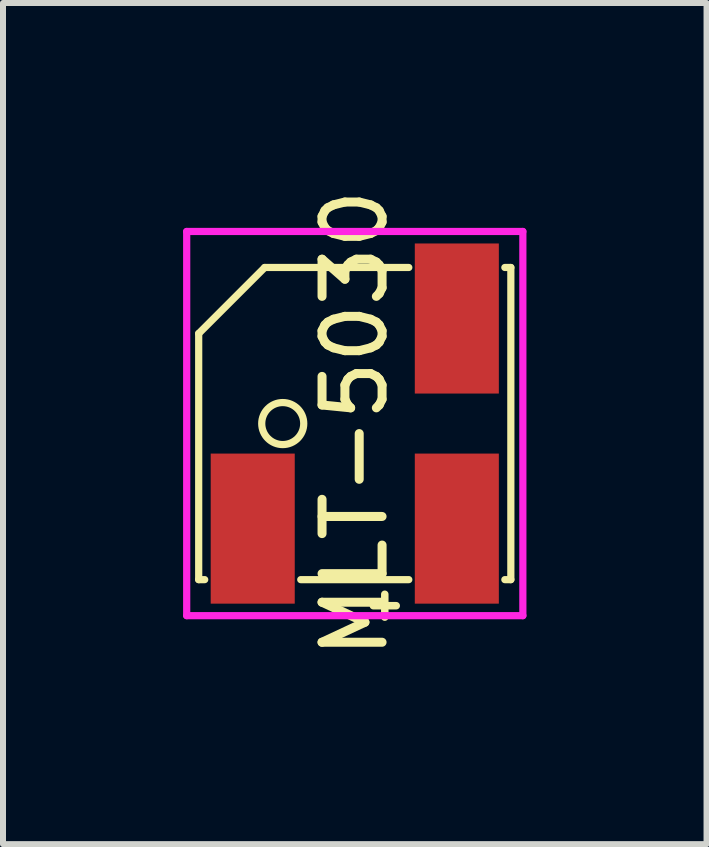
<source format=kicad_pcb>
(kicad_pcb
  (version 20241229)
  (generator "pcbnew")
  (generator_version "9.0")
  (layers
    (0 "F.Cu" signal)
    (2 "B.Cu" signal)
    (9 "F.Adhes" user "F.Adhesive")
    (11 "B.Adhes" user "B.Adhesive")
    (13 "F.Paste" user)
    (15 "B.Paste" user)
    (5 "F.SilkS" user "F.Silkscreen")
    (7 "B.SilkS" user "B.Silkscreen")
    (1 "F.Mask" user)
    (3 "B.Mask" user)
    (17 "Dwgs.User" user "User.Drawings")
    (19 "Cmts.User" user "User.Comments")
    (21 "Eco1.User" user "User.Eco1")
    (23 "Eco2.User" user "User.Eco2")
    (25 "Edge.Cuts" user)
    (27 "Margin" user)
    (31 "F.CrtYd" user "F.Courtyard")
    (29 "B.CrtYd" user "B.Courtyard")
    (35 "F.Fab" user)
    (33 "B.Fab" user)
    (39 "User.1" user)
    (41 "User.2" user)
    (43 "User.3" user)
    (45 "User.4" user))
  (footprint "MLT-5030"
    (layer "F.Cu")
    (at 2.86 4.006)
    (property "Reference" "MLT-5030" (at 0 0 90) (layer "F.SilkS") (effects (font (size 1 1) (thickness 0.15))))
    (attr through_hole)
    (fp_line (start -2.6 -1.5) (end -1.5 -2.6) (stroke (width 0.12) (type solid)) (layer "F.SilkS"))
    (fp_line (start -2.6 2.6) (end -2.6 -1.5) (stroke (width 0.12) (type solid)) (layer "F.SilkS"))
    (fp_line (start -2.6 2.6) (end -2.5 2.6) (stroke (width 0.12) (type solid)) (layer "F.SilkS"))
    (fp_line (start -0.9 2.6) (end 0.9 2.6) (stroke (width 0.12) (type solid)) (layer "F.SilkS"))
    (fp_line (start 0.9 -2.6) (end -1.5 -2.6) (stroke (width 0.12) (type solid)) (layer "F.SilkS"))
    (fp_line (start 2.6 -2.6) (end 2.5 -2.6) (stroke (width 0.12) (type solid)) (layer "F.SilkS"))
    (fp_line (start 2.6 2.6) (end 2.5 2.6) (stroke (width 0.12) (type solid)) (layer "F.SilkS"))
    (fp_line (start 2.6 2.6) (end 2.6 -2.6) (stroke (width 0.12) (type solid)) (layer "F.SilkS"))
    (fp_circle (center -1.2 0) (end -0.85 0) (stroke (width 0.12) (type solid)) (fill no) (layer "F.SilkS"))
    (fp_line (start -2.8 -3.2) (end -2.8 3.2) (stroke (width 0.12) (type solid)) (layer "F.CrtYd"))
    (fp_line (start -2.8 3.2) (end 2.8 3.2) (stroke (width 0.12) (type solid)) (layer "F.CrtYd"))
    (fp_line (start 2.8 -3.2) (end -2.8 -3.2) (stroke (width 0.12) (type solid)) (layer "F.CrtYd"))
    (fp_line (start 2.8 3.2) (end 2.8 -3.2) (stroke (width 0.12) (type solid)) (layer "F.CrtYd"))
    (fp_text user "+" (at 0.5 3 0) (layer "F.SilkS") (effects (font (size 0.5 0.5) (thickness 0.125))))
    (pad "" smd rect (at -1.7 1.75) (size 0.8 1.4) (layers "F.Paste"))
    (pad "" smd rect (at 1.7 -1.75) (size 0.8 1.4) (layers "F.Paste"))
    (pad "" smd rect (at 1.7 1.75) (size 0.8 1.4) (layers "F.Paste"))
    (pad "1" smd rect (at 1.7 1.75) (size 1.4 2.5) (layers "F.Cu" "F.Mask"))
    (pad "2" smd rect (at 1.7 -1.75) (size 1.4 2.5) (layers "F.Cu" "F.Mask"))
    (pad "MP" smd rect (at -1.7 1.75) (size 1.4 2.5) (layers "F.Cu" "F.Mask")))
  (gr_rect
    (start -3 -3)
    (end 8.72 11.012)
    (stroke (width 0.1) (type default))
    (fill no)
    (layer "Edge.Cuts")))
</source>
